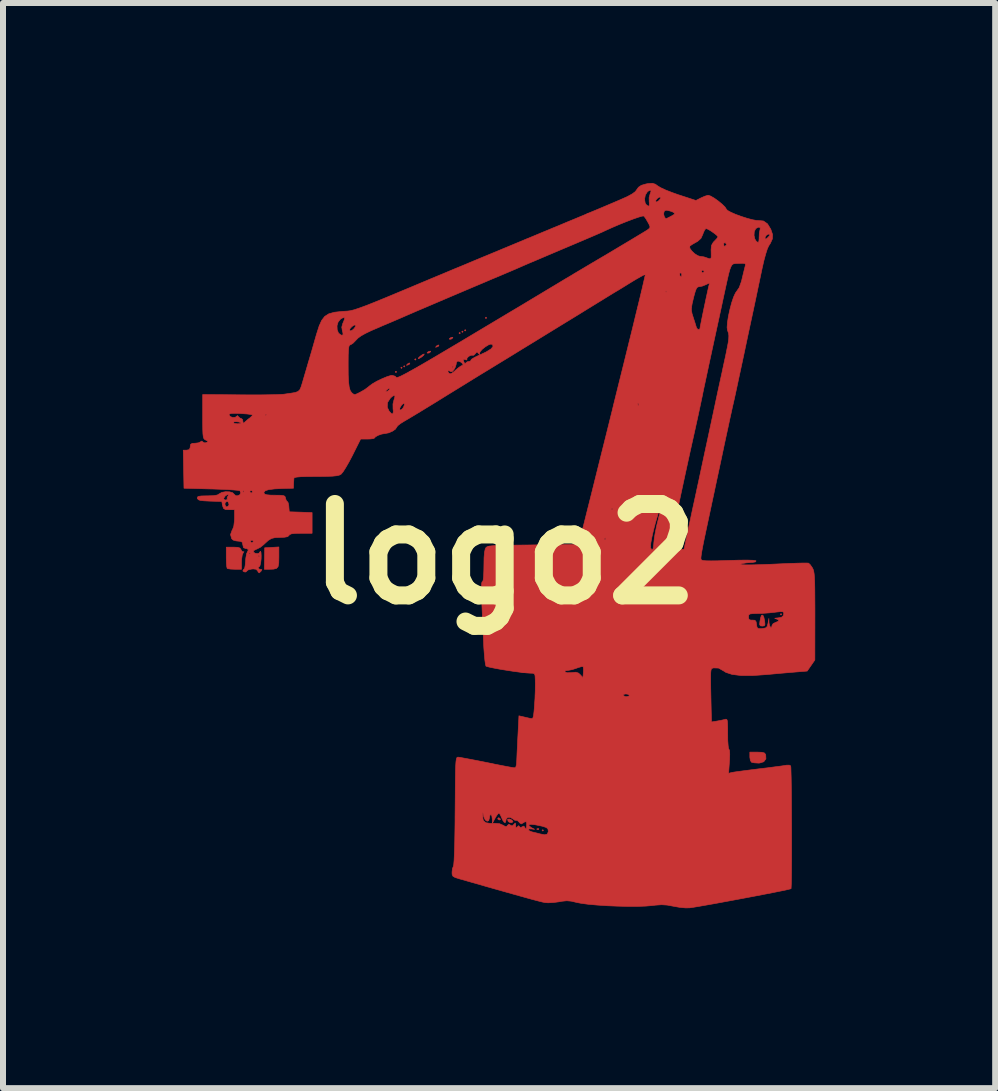
<source format=kicad_pcb>
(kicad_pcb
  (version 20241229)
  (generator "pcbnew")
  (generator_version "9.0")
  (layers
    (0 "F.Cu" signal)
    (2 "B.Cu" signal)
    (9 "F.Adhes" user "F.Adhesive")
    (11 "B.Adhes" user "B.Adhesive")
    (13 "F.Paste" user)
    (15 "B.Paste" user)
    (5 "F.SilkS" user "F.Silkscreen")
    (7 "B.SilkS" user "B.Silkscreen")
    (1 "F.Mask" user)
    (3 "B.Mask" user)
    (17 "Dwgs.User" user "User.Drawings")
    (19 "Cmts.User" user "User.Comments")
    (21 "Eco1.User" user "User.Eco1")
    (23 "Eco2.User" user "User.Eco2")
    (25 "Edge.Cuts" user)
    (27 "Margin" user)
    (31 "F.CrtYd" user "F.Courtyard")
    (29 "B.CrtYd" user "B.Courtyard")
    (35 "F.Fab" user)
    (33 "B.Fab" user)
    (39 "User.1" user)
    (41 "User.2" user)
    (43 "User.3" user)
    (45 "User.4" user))
  (footprint "logo2"
    (layer "F.Cu")
    (at 5.363 6.186)
    (property "Reference" "logo2" (at 0 0 0) (layer "F.SilkS") (effects (font (size 1.524 1.524) (thickness 0.3))))
    (attr through_hole)
    (fp_poly (pts (xy -1.801 -3.036) (xy -1.813 -3.025) (xy -1.824 -3.036) (xy -1.813 -3.048) (xy -1.801 -3.036)) (stroke (width 0.01) (type solid)) (fill yes) (layer "F.Cu"))
    (fp_poly (pts (xy -1.709 -3.106) (xy -1.72 -3.094) (xy -1.732 -3.106) (xy -1.72 -3.117) (xy -1.709 -3.106)) (stroke (width 0.01) (type solid)) (fill yes) (layer "F.Cu"))
    (fp_poly (pts (xy -1.663 -3.129) (xy -1.674 -3.117) (xy -1.686 -3.129) (xy -1.674 -3.14) (xy -1.663 -3.129)) (stroke (width 0.01) (type solid)) (fill yes) (layer "F.Cu"))
    (fp_poly (pts (xy -1.478 -3.244) (xy -1.489 -3.233) (xy -1.501 -3.244) (xy -1.489 -3.256) (xy -1.478 -3.244)) (stroke (width 0.01) (type solid)) (fill yes) (layer "F.Cu"))
    (fp_poly (pts (xy -0.739 -3.683) (xy -0.75 -3.671) (xy -0.762 -3.683) (xy -0.75 -3.695) (xy -0.739 -3.683)) (stroke (width 0.01) (type solid)) (fill yes) (layer "F.Cu"))
    (fp_poly (pts (xy -0.693 -3.706) (xy -0.704 -3.695) (xy -0.716 -3.706) (xy -0.704 -3.718) (xy -0.693 -3.706)) (stroke (width 0.01) (type solid)) (fill yes) (layer "F.Cu"))
    (fp_poly (pts (xy -0.647 -3.729) (xy -0.658 -3.718) (xy -0.67 -3.729) (xy -0.658 -3.741) (xy -0.647 -3.729)) (stroke (width 0.01) (type solid)) (fill yes) (layer "F.Cu"))
    (fp_poly (pts (xy -0.3 -3.937) (xy -0.312 -3.925) (xy -0.323 -3.937) (xy -0.312 -3.949) (xy -0.3 -3.937)) (stroke (width 0.01) (type solid)) (fill yes) (layer "F.Cu"))
    (fp_poly (pts (xy 0.647 4.607) (xy 0.635 4.618) (xy 0.623 4.607) (xy 0.635 4.595) (xy 0.647 4.607)) (stroke (width 0.01) (type solid)) (fill yes) (layer "F.Cu"))
    (fp_poly (pts (xy 4.618 1.004) (xy 4.607 1.016) (xy 4.595 1.004) (xy 4.607 0.993) (xy 4.618 1.004)) (stroke (width 0.01) (type solid)) (fill yes) (layer "F.Cu"))
    (fp_poly (pts (xy 0.57 4.58) (xy 0.566 4.593) (xy 0.554 4.595) (xy 0.535 4.587) (xy 0.539 4.58) (xy 0.566 4.577) (xy 0.57 4.58)) (stroke (width 0.01) (type solid)) (fill yes) (layer "F.Cu"))
    (fp_poly (pts (xy -1.581 -3.182) (xy -1.588 -3.165) (xy -1.61 -3.153) (xy -1.637 -3.146) (xy -1.626 -3.163) (xy -1.623 -3.166) (xy -1.592 -3.185) (xy -1.581 -3.182)) (stroke (width 0.01) (type solid)) (fill yes) (layer "F.Cu"))
    (fp_poly (pts (xy -1.236 -3.371) (xy -1.26 -3.352) (xy -1.287 -3.349) (xy -1.293 -3.357) (xy -1.275 -3.372) (xy -1.257 -3.38) (xy -1.233 -3.382) (xy -1.236 -3.371)) (stroke (width 0.01) (type solid)) (fill yes) (layer "F.Cu"))
    (fp_poly (pts (xy -1.096 -3.482) (xy -1.103 -3.465) (xy -1.125 -3.454) (xy -1.152 -3.447) (xy -1.141 -3.463) (xy -1.138 -3.467) (xy -1.107 -3.485) (xy -1.096 -3.482)) (stroke (width 0.01) (type solid)) (fill yes) (layer "F.Cu"))
    (fp_poly (pts (xy -0.866 -3.602) (xy -0.891 -3.583) (xy -0.917 -3.58) (xy -0.924 -3.588) (xy -0.906 -3.603) (xy -0.888 -3.611) (xy -0.864 -3.613) (xy -0.866 -3.602)) (stroke (width 0.01) (type solid)) (fill yes) (layer "F.Cu"))
    (fp_poly (pts (xy -0.092 4.399) (xy -0.07 4.42) (xy -0.069 4.423) (xy -0.087 4.433) (xy -0.092 4.433) (xy -0.115 4.416) (xy -0.115 4.409) (xy -0.101 4.395) (xy -0.092 4.399)) (stroke (width 0.01) (type solid)) (fill yes) (layer "F.Cu"))
    (fp_poly (pts (xy -3.764 0.054) (xy -3.766 0.15) (xy -3.777 0.209) (xy -3.804 0.24) (xy -3.855 0.252) (xy -3.922 0.254) (xy -4.006 0.254) (xy -4.001 -0.104) (xy -3.883 -0.111) (xy -3.764 -0.118) (xy -3.764 0.054)) (stroke (width 0.01) (type solid)) (fill yes) (layer "F.Cu"))
    (fp_poly (pts (xy -1.341 -3.334) (xy -1.349 -3.316) (xy -1.38 -3.288) (xy -1.418 -3.264) (xy -1.44 -3.257) (xy -1.439 -3.268) (xy -1.409 -3.297) (xy -1.405 -3.3) (xy -1.364 -3.328) (xy -1.341 -3.335) (xy -1.341 -3.334)) (stroke (width 0.01) (type solid)) (fill yes) (layer "F.Cu"))
    (fp_poly (pts (xy 0.118 4.434) (xy 0.138 4.457) (xy 0.139 4.459) (xy 0.122 4.477) (xy 0.087 4.476) (xy 0.057 4.456) (xy 0.057 4.455) (xy 0.049 4.425) (xy 0.052 4.42) (xy 0.081 4.417) (xy 0.118 4.434)) (stroke (width 0.01) (type solid)) (fill yes) (layer "F.Cu"))
    (fp_poly (pts (xy 4.322 1.059) (xy 4.334 1.117) (xy 4.339 1.172) (xy 4.329 1.196) (xy 4.295 1.201) (xy 4.261 1.196) (xy 4.25 1.172) (xy 4.256 1.117) (xy 4.268 1.059) (xy 4.281 1.023) (xy 4.282 1.021) (xy 4.304 1.018) (xy 4.322 1.059)) (stroke (width 0.01) (type solid)) (fill yes) (layer "F.Cu"))
    (fp_poly (pts (xy 4.288 3.305) (xy 4.33 3.316) (xy 4.349 3.339) (xy 4.352 3.347) (xy 4.355 3.415) (xy 4.319 3.463) (xy 4.251 3.484) (xy 4.231 3.485) (xy 4.166 3.481) (xy 4.12 3.473) (xy 4.116 3.471) (xy 4.096 3.443) (xy 4.087 3.388) (xy 4.087 3.381) (xy 4.087 3.302) (xy 4.213 3.302) (xy 4.288 3.305)) (stroke (width 0.01) (type solid)) (fill yes) (layer "F.Cu"))
    (fp_poly (pts (xy -4.451 -0.112) (xy -4.413 -0.1) (xy -4.396 -0.075) (xy -4.394 -0.07) (xy -4.374 -0.039) (xy -4.356 -0.038) (xy -4.346 -0.038) (xy -4.358 -0.022) (xy -4.375 0.018) (xy -4.385 0.085) (xy -4.387 0.132) (xy -4.387 0.254) (xy -4.499 0.254) (xy -4.567 0.251) (xy -4.615 0.244) (xy -4.626 0.239) (xy -4.633 0.21) (xy -4.639 0.147) (xy -4.641 0.064) (xy -4.641 0.054) (xy -4.641 -0.115) (xy -4.524 -0.115) (xy -4.451 -0.112)) (stroke (width 0.01) (type solid)) (fill yes) (layer "F.Cu"))
    (fp_poly (pts (xy 2.513 -6.165) (xy 2.554 -6.135) (xy 2.601 -6.107) (xy 2.682 -6.069) (xy 2.785 -6.029) (xy 2.899 -5.988) (xy 2.904 -5.987) (xy 3.188 -5.894) (xy 3.273 -5.937) (xy 3.336 -5.965) (xy 3.386 -5.98) (xy 3.394 -5.981) (xy 3.435 -5.967) (xy 3.495 -5.932) (xy 3.562 -5.884) (xy 3.625 -5.832) (xy 3.673 -5.785) (xy 3.694 -5.752) (xy 3.695 -5.75) (xy 3.715 -5.728) (xy 3.77 -5.698) (xy 3.849 -5.663) (xy 3.942 -5.629) (xy 4.038 -5.598) (xy 4.126 -5.574) (xy 4.197 -5.561) (xy 4.23 -5.56) (xy 4.314 -5.552) (xy 4.381 -5.505) (xy 4.436 -5.415) (xy 4.437 -5.412) (xy 4.466 -5.326) (xy 4.463 -5.254) (xy 4.428 -5.177) (xy 4.404 -5.141) (xy 4.38 -5.091) (xy 4.352 -5.004) (xy 4.321 -4.89) (xy 4.294 -4.772) (xy 4.244 -4.535) (xy 4.193 -4.291) (xy 4.141 -4.046) (xy 4.089 -3.804) (xy 4.039 -3.57) (xy 3.992 -3.347) (xy 3.948 -3.141) (xy 3.908 -2.956) (xy 3.874 -2.796) (xy 3.846 -2.666) (xy 3.825 -2.571) (xy 3.812 -2.515) (xy 3.81 -2.505) (xy 3.799 -2.459) (xy 3.781 -2.375) (xy 3.755 -2.258) (xy 3.725 -2.117) (xy 3.69 -1.957) (xy 3.653 -1.785) (xy 3.647 -1.755) (xy 3.607 -1.566) (xy 3.566 -1.374) (xy 3.526 -1.188) (xy 3.49 -1.018) (xy 3.459 -0.874) (xy 3.438 -0.774) (xy 3.391 -0.554) (xy 3.353 -0.376) (xy 3.323 -0.234) (xy 3.301 -0.124) (xy 3.286 -0.042) (xy 3.277 0.016) (xy 3.272 0.055) (xy 3.272 0.079) (xy 3.274 0.09) (xy 3.285 0.101) (xy 3.313 0.109) (xy 3.362 0.113) (xy 3.439 0.114) (xy 3.549 0.113) (xy 3.699 0.108) (xy 3.731 0.107) (xy 3.91 0.102) (xy 4.046 0.101) (xy 4.138 0.104) (xy 4.185 0.111) (xy 4.191 0.115) (xy 4.18 0.131) (xy 4.13 0.14) (xy 4.106 0.141) (xy 4.028 0.147) (xy 3.961 0.158) (xy 3.949 0.162) (xy 3.931 0.172) (xy 3.952 0.178) (xy 4.013 0.181) (xy 4.115 0.181) (xy 4.26 0.177) (xy 4.448 0.17) (xy 4.604 0.163) (xy 4.742 0.157) (xy 4.865 0.153) (xy 4.965 0.15) (xy 5.035 0.15) (xy 5.066 0.152) (xy 5.066 0.152) (xy 5.094 0.178) (xy 5.128 0.227) (xy 5.132 0.233) (xy 5.143 0.257) (xy 5.152 0.287) (xy 5.159 0.33) (xy 5.164 0.39) (xy 5.168 0.472) (xy 5.17 0.581) (xy 5.171 0.723) (xy 5.172 0.903) (xy 5.172 1.035) (xy 5.171 1.766) (xy 5.107 1.859) (xy 5.043 1.951) (xy 4.848 1.967) (xy 4.744 1.976) (xy 4.612 1.987) (xy 4.471 2) (xy 4.359 2.01) (xy 4.128 2.026) (xy 3.939 2.025) (xy 3.792 2.007) (xy 3.688 1.973) (xy 3.65 1.949) (xy 3.566 1.901) (xy 3.482 1.898) (xy 3.46 1.905) (xy 3.451 1.91) (xy 3.444 1.921) (xy 3.439 1.942) (xy 3.435 1.978) (xy 3.434 2.034) (xy 3.434 2.116) (xy 3.435 2.229) (xy 3.438 2.376) (xy 3.442 2.564) (xy 3.443 2.606) (xy 3.448 2.799) (xy 3.531 2.786) (xy 3.603 2.773) (xy 3.663 2.759) (xy 3.666 2.758) (xy 3.688 2.753) (xy 3.703 2.758) (xy 3.712 2.781) (xy 3.716 2.83) (xy 3.718 2.912) (xy 3.718 2.999) (xy 3.719 3.107) (xy 3.725 3.191) (xy 3.732 3.243) (xy 3.74 3.256) (xy 3.749 3.278) (xy 3.752 3.339) (xy 3.749 3.432) (xy 3.747 3.456) (xy 3.733 3.655) (xy 3.789 3.641) (xy 3.83 3.634) (xy 3.908 3.623) (xy 4.014 3.609) (xy 4.139 3.593) (xy 4.244 3.58) (xy 4.379 3.564) (xy 4.501 3.548) (xy 4.601 3.535) (xy 4.67 3.525) (xy 4.698 3.52) (xy 4.745 3.519) (xy 4.768 3.532) (xy 4.771 3.559) (xy 4.773 3.626) (xy 4.776 3.728) (xy 4.778 3.858) (xy 4.78 4.012) (xy 4.781 4.183) (xy 4.782 4.365) (xy 4.783 4.553) (xy 4.783 4.741) (xy 4.783 4.924) (xy 4.783 5.095) (xy 4.782 5.249) (xy 4.781 5.38) (xy 4.779 5.483) (xy 4.776 5.551) (xy 4.774 5.579) (xy 4.773 5.579) (xy 4.748 5.586) (xy 4.684 5.601) (xy 4.587 5.621) (xy 4.462 5.646) (xy 4.317 5.674) (xy 4.157 5.705) (xy 3.988 5.737) (xy 3.817 5.769) (xy 3.649 5.8) (xy 3.492 5.829) (xy 3.35 5.854) (xy 3.23 5.875) (xy 3.139 5.89) (xy 3.083 5.898) (xy 3.013 5.899) (xy 2.919 5.89) (xy 2.821 5.873) (xy 2.817 5.872) (xy 2.709 5.852) (xy 2.617 5.846) (xy 2.516 5.853) (xy 2.459 5.86) (xy 2.353 5.869) (xy 2.214 5.874) (xy 2.055 5.874) (xy 1.883 5.87) (xy 1.71 5.863) (xy 1.544 5.852) (xy 1.396 5.839) (xy 1.277 5.823) (xy 1.204 5.809) (xy 1.111 5.787) (xy 1.036 5.78) (xy 0.955 5.788) (xy 0.908 5.797) (xy 0.815 5.809) (xy 0.725 5.814) (xy 0.672 5.81) (xy 0.632 5.802) (xy 0.564 5.785) (xy 0.464 5.759) (xy 0.331 5.722) (xy 0.163 5.675) (xy -0.043 5.617) (xy -0.287 5.548) (xy -0.573 5.466) (xy -0.756 5.414) (xy -0.826 5.392) (xy -0.862 5.371) (xy -0.876 5.34) (xy -0.877 5.303) (xy -0.871 5.244) (xy -0.855 5.206) (xy -0.855 5.205) (xy -0.849 5.176) (xy -0.843 5.104) (xy -0.838 4.991) (xy -0.833 4.841) (xy -0.83 4.657) (xy -0.829 4.594) (xy 0.393 4.594) (xy 0.412 4.615) (xy 0.456 4.632) (xy 0.528 4.649) (xy 0.589 4.665) (xy 0.666 4.68) (xy 0.71 4.669) (xy 0.726 4.632) (xy 0.727 4.618) (xy 0.721 4.583) (xy 0.696 4.56) (xy 0.641 4.541) (xy 0.612 4.534) (xy 0.503 4.512) (xy 0.433 4.506) (xy 0.403 4.515) (xy 0.405 4.527) (xy 0.437 4.556) (xy 0.47 4.574) (xy 0.499 4.588) (xy 0.488 4.589) (xy 0.456 4.584) (xy 0.41 4.582) (xy 0.393 4.594) (xy -0.829 4.594) (xy -0.827 4.44) (xy -0.827 4.382) (xy -0.367 4.382) (xy -0.356 4.443) (xy -0.315 4.479) (xy -0.239 4.491) (xy -0.206 4.489) (xy -0.206 4.491) (xy -0.205 4.489) (xy -0.178 4.488) (xy -0.086 4.495) (xy -0.031 4.519) (xy 0.013 4.543) (xy 0.037 4.538) (xy 0.047 4.524) (xy 0.071 4.504) (xy 0.095 4.519) (xy 0.124 4.533) (xy 0.153 4.508) (xy 0.175 4.484) (xy 0.183 4.498) (xy 0.184 4.526) (xy 0.188 4.563) (xy 0.202 4.56) (xy 0.21 4.549) (xy 0.233 4.528) (xy 0.246 4.544) (xy 0.265 4.562) (xy 0.291 4.547) (xy 0.32 4.535) (xy 0.34 4.564) (xy 0.353 4.587) (xy 0.361 4.57) (xy 0.365 4.541) (xy 0.367 4.489) (xy 0.36 4.463) (xy 0.335 4.465) (xy 0.31 4.481) (xy 0.277 4.499) (xy 0.249 4.481) (xy 0.24 4.469) (xy 0.211 4.441) (xy 0.194 4.44) (xy 0.168 4.438) (xy 0.146 4.421) (xy 0.097 4.391) (xy 0.052 4.39) (xy 0.025 4.417) (xy 0.023 4.433) (xy 0.015 4.473) (xy -0.006 4.474) (xy -0.032 4.438) (xy -0.049 4.399) (xy -0.073 4.346) (xy -0.093 4.319) (xy -0.096 4.318) (xy -0.117 4.337) (xy -0.148 4.383) (xy -0.16 4.405) (xy -0.205 4.489) (xy -0.206 4.489) (xy -0.207 4.416) (xy -0.214 4.365) (xy -0.229 4.341) (xy -0.231 4.341) (xy -0.248 4.361) (xy -0.254 4.401) (xy -0.266 4.444) (xy -0.293 4.454) (xy -0.324 4.432) (xy -0.348 4.382) (xy -0.349 4.375) (xy -0.364 4.306) (xy -0.367 4.382) (xy -0.827 4.382) (xy -0.826 4.282) (xy -0.824 4.055) (xy -0.823 3.87) (xy -0.821 3.722) (xy -0.819 3.608) (xy -0.816 3.523) (xy -0.812 3.463) (xy -0.806 3.423) (xy -0.8 3.4) (xy -0.791 3.389) (xy -0.781 3.386) (xy -0.774 3.386) (xy -0.737 3.391) (xy -0.663 3.405) (xy -0.56 3.424) (xy -0.436 3.448) (xy -0.3 3.475) (xy -0.164 3.503) (xy -0.042 3.527) (xy 0.058 3.546) (xy 0.129 3.559) (xy 0.162 3.564) (xy 0.162 3.564) (xy 0.185 3.553) (xy 0.197 3.508) (xy 0.2 3.464) (xy 0.203 3.402) (xy 0.207 3.307) (xy 0.213 3.189) (xy 0.219 3.06) (xy 0.221 3.028) (xy 0.238 2.697) (xy 0.309 2.713) (xy 0.378 2.729) (xy 0.43 2.741) (xy 0.455 2.743) (xy 0.471 2.731) (xy 0.481 2.695) (xy 0.489 2.627) (xy 0.494 2.571) (xy 0.505 2.414) (xy 0.507 2.355) (xy 1.974 2.355) (xy 2.007 2.375) (xy 2.033 2.378) (xy 2.07 2.368) (xy 2.078 2.355) (xy 2.058 2.338) (xy 2.019 2.332) (xy 1.98 2.34) (xy 1.974 2.355) (xy 0.507 2.355) (xy 0.51 2.284) (xy 0.511 2.159) (xy 0.51 2.095) (xy 0.507 2.029) (xy 0.496 1.997) (xy 0.468 1.987) (xy 0.429 1.986) (xy 0.367 1.982) (xy 0.277 1.973) (xy 0.218 1.965) (xy 1.006 1.965) (xy 1.04 1.979) (xy 1.108 1.977) (xy 1.118 1.976) (xy 1.186 1.97) (xy 1.23 1.984) (xy 1.26 2.011) (xy 1.305 2.061) (xy 1.312 1.975) (xy 1.314 1.916) (xy 1.309 1.88) (xy 1.307 1.877) (xy 1.28 1.877) (xy 1.227 1.892) (xy 1.201 1.902) (xy 1.128 1.926) (xy 1.062 1.939) (xy 1.049 1.94) (xy 1.008 1.947) (xy 1.006 1.965) (xy 0.218 1.965) (xy 0.169 1.959) (xy 0.053 1.941) (xy -0.062 1.923) (xy -0.165 1.904) (xy -0.248 1.887) (xy -0.299 1.874) (xy -0.312 1.868) (xy -0.32 1.838) (xy -0.33 1.771) (xy -0.339 1.673) (xy -0.348 1.554) (xy -0.352 1.459) (xy -0.363 1.217) (xy -0.371 1.049) (xy 4.064 1.049) (xy 4.072 1.09) (xy 4.104 1.102) (xy 4.128 1.101) (xy 4.172 1.104) (xy 4.192 1.13) (xy 4.198 1.173) (xy 4.207 1.223) (xy 4.228 1.243) (xy 4.278 1.243) (xy 4.291 1.242) (xy 4.348 1.233) (xy 4.376 1.208) (xy 4.39 1.155) (xy 4.404 1.074) (xy 4.407 1.149) (xy 4.417 1.196) (xy 4.434 1.223) (xy 4.45 1.222) (xy 4.457 1.19) (xy 4.476 1.159) (xy 4.514 1.141) (xy 4.562 1.12) (xy 4.566 1.098) (xy 4.526 1.08) (xy 4.52 1.078) (xy 4.502 1.071) (xy 4.528 1.067) (xy 4.552 1.065) (xy 4.614 1.055) (xy 4.644 1.028) (xy 4.648 1.016) (xy 4.653 0.981) (xy 4.64 0.963) (xy 4.599 0.96) (xy 4.523 0.968) (xy 4.503 0.971) (xy 4.408 0.981) (xy 4.296 0.989) (xy 4.22 0.991) (xy 4.137 0.993) (xy 4.091 0.999) (xy 4.07 1.013) (xy 4.064 1.038) (xy 4.064 1.049) (xy -0.371 1.049) (xy -0.372 1.017) (xy -0.379 0.855) (xy -0.383 0.728) (xy -0.386 0.63) (xy -0.387 0.56) (xy -0.385 0.511) (xy -0.382 0.482) (xy -0.378 0.466) (xy -0.371 0.462) (xy -0.371 0.462) (xy -0.359 0.439) (xy -0.351 0.373) (xy -0.347 0.267) (xy -0.346 0.201) (xy -0.344 0.064) (xy -0.336 -0.031) (xy -0.323 -0.088) (xy -0.315 -0.103) (xy -0.304 -0.115) (xy -0.289 -0.123) (xy 2.431 -0.123) (xy 2.433 -0.102) (xy 2.454 -0.07) (xy 2.471 -0.081) (xy 2.483 -0.132) (xy 2.483 -0.142) (xy 2.753 -0.142) (xy 2.763 -0.095) (xy 2.805 -0.075) (xy 2.88 -0.074) (xy 2.99 -0.081) (xy 3.064 -0.427) (xy 3.096 -0.578) (xy 3.131 -0.743) (xy 3.166 -0.902) (xy 3.195 -1.036) (xy 3.198 -1.051) (xy 3.236 -1.226) (xy 3.281 -1.437) (xy 3.332 -1.675) (xy 3.387 -1.929) (xy 3.443 -2.191) (xy 3.488 -2.401) (xy 3.516 -2.533) (xy 3.55 -2.693) (xy 3.588 -2.867) (xy 3.626 -3.04) (xy 3.647 -3.14) (xy 3.683 -3.304) (xy 3.708 -3.429) (xy 3.726 -3.522) (xy 3.735 -3.589) (xy 3.737 -3.639) (xy 3.733 -3.675) (xy 3.723 -3.707) (xy 3.716 -3.724) (xy 3.708 -3.776) (xy 3.714 -3.861) (xy 3.73 -3.965) (xy 3.755 -4.079) (xy 3.784 -4.189) (xy 3.816 -4.284) (xy 3.848 -4.353) (xy 3.866 -4.378) (xy 3.91 -4.442) (xy 3.948 -4.548) (xy 3.957 -4.586) (xy 3.978 -4.674) (xy 3.997 -4.751) (xy 4.009 -4.798) (xy 4.015 -4.829) (xy 4.003 -4.844) (xy 3.964 -4.847) (xy 3.901 -4.845) (xy 3.864 -4.844) (xy 3.835 -4.842) (xy 3.811 -4.836) (xy 3.791 -4.821) (xy 3.773 -4.791) (xy 3.754 -4.743) (xy 3.734 -4.671) (xy 3.711 -4.571) (xy 3.682 -4.439) (xy 3.645 -4.269) (xy 3.616 -4.133) (xy 3.593 -4.027) (xy 3.563 -3.888) (xy 3.528 -3.727) (xy 3.491 -3.557) (xy 3.455 -3.39) (xy 3.451 -3.371) (xy 3.416 -3.21) (xy 3.382 -3.05) (xy 3.35 -2.901) (xy 3.323 -2.775) (xy 3.303 -2.68) (xy 3.301 -2.667) (xy 3.279 -2.563) (xy 3.251 -2.431) (xy 3.22 -2.286) (xy 3.189 -2.146) (xy 3.187 -2.136) (xy 3.095 -1.722) (xy 3.012 -1.342) (xy 2.935 -0.985) (xy 2.862 -0.64) (xy 2.839 -0.531) (xy 2.816 -0.424) (xy 2.793 -0.324) (xy 2.775 -0.246) (xy 2.769 -0.223) (xy 2.753 -0.142) (xy 2.483 -0.142) (xy 2.487 -0.191) (xy 2.495 -0.267) (xy 2.513 -0.371) (xy 2.537 -0.485) (xy 2.551 -0.54) (xy 2.58 -0.659) (xy 2.599 -0.741) (xy 2.605 -0.784) (xy 2.6 -0.786) (xy 2.584 -0.747) (xy 2.556 -0.665) (xy 2.551 -0.648) (xy 2.513 -0.52) (xy 2.48 -0.394) (xy 2.454 -0.28) (xy 2.437 -0.187) (xy 2.431 -0.123) (xy -0.289 -0.123) (xy -0.286 -0.124) (xy -0.257 -0.132) (xy -0.212 -0.137) (xy -0.145 -0.142) (xy -0.053 -0.145) (xy 0.07 -0.147) (xy 0.228 -0.149) (xy 0.427 -0.151) (xy 0.476 -0.152) (xy 1.235 -0.158) (xy 1.259 -0.254) (xy 1.663 -0.254) (xy 1.671 -0.235) (xy 1.678 -0.239) (xy 1.681 -0.266) (xy 1.678 -0.269) (xy 1.664 -0.266) (xy 1.663 -0.254) (xy 1.259 -0.254) (xy 1.383 -0.75) (xy 1.778 -0.75) (xy 1.79 -0.739) (xy 1.801 -0.75) (xy 1.79 -0.762) (xy 1.778 -0.75) (xy 1.383 -0.75) (xy 1.448 -1.008) (xy 1.573 -1.511) (xy 1.69 -1.979) (xy 1.798 -2.414) (xy 1.817 -2.494) (xy 2.217 -2.494) (xy 2.225 -2.475) (xy 2.232 -2.478) (xy 2.235 -2.506) (xy 2.232 -2.509) (xy 2.218 -2.506) (xy 2.217 -2.494) (xy 1.817 -2.494) (xy 1.896 -2.813) (xy 1.986 -3.175) (xy 2.066 -3.5) (xy 2.137 -3.787) (xy 2.197 -4.035) (xy 2.203 -4.059) (xy 3.114 -4.059) (xy 3.124 -4.006) (xy 3.146 -3.937) (xy 3.171 -3.86) (xy 3.19 -3.798) (xy 3.199 -3.77) (xy 3.22 -3.745) (xy 3.246 -3.743) (xy 3.256 -3.761) (xy 3.26 -3.791) (xy 3.273 -3.855) (xy 3.291 -3.946) (xy 3.313 -4.053) (xy 3.337 -4.165) (xy 3.36 -4.274) (xy 3.381 -4.37) (xy 3.397 -4.443) (xy 3.407 -4.483) (xy 3.408 -4.485) (xy 3.412 -4.51) (xy 3.395 -4.51) (xy 3.355 -4.491) (xy 3.293 -4.466) (xy 3.242 -4.457) (xy 3.217 -4.451) (xy 3.196 -4.427) (xy 3.177 -4.377) (xy 3.153 -4.292) (xy 3.147 -4.267) (xy 3.125 -4.173) (xy 3.114 -4.109) (xy 3.114 -4.059) (xy 2.203 -4.059) (xy 2.248 -4.243) (xy 2.28 -4.376) (xy 2.679 -4.376) (xy 2.69 -4.364) (xy 2.702 -4.376) (xy 2.69 -4.387) (xy 2.679 -4.376) (xy 2.28 -4.376) (xy 2.288 -4.41) (xy 2.317 -4.536) (xy 2.336 -4.618) (xy 2.344 -4.657) (xy 2.344 -4.661) (xy 2.322 -4.653) (xy 2.269 -4.625) (xy 2.195 -4.583) (xy 2.133 -4.546) (xy 2.039 -4.488) (xy 1.95 -4.433) (xy 1.881 -4.391) (xy 1.855 -4.376) (xy 1.812 -4.35) (xy 1.737 -4.304) (xy 1.638 -4.243) (xy 1.521 -4.171) (xy 1.394 -4.093) (xy 1.368 -4.077) (xy 1.242 -3.999) (xy 1.085 -3.903) (xy 0.907 -3.794) (xy 0.718 -3.678) (xy 0.526 -3.56) (xy 0.341 -3.447) (xy 0.3 -3.422) (xy 0.081 -3.287) (xy -0.106 -3.173) (xy -0.266 -3.075) (xy -0.406 -2.99) (xy -0.531 -2.913) (xy -0.649 -2.84) (xy -0.766 -2.768) (xy -0.888 -2.693) (xy -1.021 -2.611) (xy -1.143 -2.535) (xy -1.274 -2.455) (xy -1.4 -2.378) (xy -1.514 -2.309) (xy -1.606 -2.254) (xy -1.668 -2.218) (xy -1.668 -2.218) (xy -1.736 -2.176) (xy -1.784 -2.138) (xy -1.801 -2.113) (xy -1.821 -2.082) (xy -1.87 -2.048) (xy -1.932 -2.021) (xy -1.992 -2.009) (xy -1.996 -2.009) (xy -2.049 -2) (xy -2.107 -1.98) (xy -2.153 -1.955) (xy -2.17 -1.934) (xy -2.191 -1.924) (xy -2.244 -1.918) (xy -2.286 -1.917) (xy -2.401 -1.917) (xy -2.539 -1.641) (xy -2.595 -1.535) (xy -2.648 -1.443) (xy -2.693 -1.372) (xy -2.726 -1.332) (xy -2.729 -1.33) (xy -2.758 -1.315) (xy -2.803 -1.305) (xy -2.87 -1.298) (xy -2.966 -1.295) (xy -3.1 -1.293) (xy -3.146 -1.293) (xy -3.292 -1.292) (xy -3.397 -1.289) (xy -3.465 -1.283) (xy -3.502 -1.275) (xy -3.513 -1.264) (xy -3.516 -1.221) (xy -3.519 -1.166) (xy -3.521 -1.097) (xy -3.695 -1.093) (xy -3.835 -1.086) (xy -3.933 -1.074) (xy -3.991 -1.055) (xy -4.013 -1.029) (xy -4.013 -1.019) (xy -4.001 -0.999) (xy -3.967 -0.988) (xy -3.904 -0.982) (xy -3.833 -0.981) (xy -3.744 -0.98) (xy -3.692 -0.975) (xy -3.665 -0.964) (xy -3.655 -0.942) (xy -3.653 -0.929) (xy -3.639 -0.889) (xy -3.625 -0.877) (xy -3.61 -0.857) (xy -3.599 -0.806) (xy -3.598 -0.791) (xy -3.591 -0.704) (xy -3.4 -0.698) (xy -3.21 -0.691) (xy -3.21 -0.346) (xy -3.395 -0.346) (xy -3.494 -0.344) (xy -3.554 -0.337) (xy -3.586 -0.323) (xy -3.594 -0.312) (xy -3.617 -0.29) (xy -3.671 -0.28) (xy -3.744 -0.277) (xy -3.827 -0.274) (xy -3.886 -0.26) (xy -3.939 -0.229) (xy -4.003 -0.171) (xy -4.017 -0.157) (xy -4.075 -0.111) (xy -4.134 -0.082) (xy -4.14 -0.08) (xy -4.183 -0.058) (xy -4.188 -0.034) (xy -4.162 -0.013) (xy -4.123 -0.007) (xy -4.092 -0.016) (xy -4.087 -0.028) (xy -4.071 -0.046) (xy -4.07 -0.046) (xy -4.062 -0.025) (xy -4.059 0.028) (xy -4.06 0.081) (xy -4.068 0.15) (xy -4.08 0.197) (xy -4.089 0.208) (xy -4.11 0.225) (xy -4.11 0.231) (xy -4.091 0.251) (xy -4.073 0.254) (xy -4.048 0.259) (xy -4.059 0.283) (xy -4.066 0.291) (xy -4.092 0.315) (xy -4.11 0.299) (xy -4.116 0.284) (xy -4.143 0.254) (xy -4.192 0.248) (xy -4.215 0.25) (xy -4.268 0.261) (xy -4.294 0.277) (xy -4.295 0.28) (xy -4.314 0.298) (xy -4.33 0.3) (xy -4.36 0.288) (xy -4.364 0.277) (xy -4.351 0.255) (xy -4.347 0.254) (xy -4.334 0.234) (xy -4.325 0.185) (xy -4.325 0.179) (xy -4.315 0.065) (xy -4.309 0.035) (xy -4.11 0.035) (xy -4.099 0.046) (xy -4.087 0.035) (xy -4.099 0.023) (xy -4.11 0.035) (xy -4.309 0.035) (xy -4.301 -0.009) (xy -4.298 -0.015) (xy -4.264 -0.015) (xy -4.261 -0.002) (xy -4.249 0) (xy -4.23 -0.008) (xy -4.233 -0.015) (xy -4.261 -0.018) (xy -4.264 -0.015) (xy -4.298 -0.015) (xy -4.287 -0.038) (xy -4.272 -0.071) (xy -4.298 -0.091) (xy -4.318 -0.092) (xy -4.354 -0.106) (xy -4.364 -0.15) (xy -4.374 -0.194) (xy -4.393 -0.21) (xy -4.477 -0.219) (xy -4.482 -0.22) (xy -4.239 -0.22) (xy -4.237 -0.208) (xy -4.217 -0.186) (xy -4.214 -0.185) (xy -4.196 -0.201) (xy -4.191 -0.208) (xy -4.196 -0.227) (xy -4.214 -0.231) (xy -4.239 -0.22) (xy -4.482 -0.22) (xy -4.526 -0.233) (xy -4.551 -0.256) (xy -4.57 -0.325) (xy -4.544 -0.397) (xy -4.538 -0.405) (xy -4.516 -0.462) (xy -4.505 -0.552) (xy -4.503 -0.595) (xy -4.503 -0.739) (xy -4.596 -0.739) (xy -4.656 -0.742) (xy -4.686 -0.76) (xy -4.701 -0.8) (xy -4.702 -0.807) (xy -4.707 -0.831) (xy -4.664 -0.831) (xy -4.65 -0.794) (xy -4.63 -0.785) (xy -4.602 -0.804) (xy -4.595 -0.831) (xy -4.61 -0.869) (xy -4.63 -0.877) (xy -4.658 -0.858) (xy -4.664 -0.831) (xy -4.707 -0.831) (xy -4.716 -0.876) (xy -4.915 -0.882) (xy -5.013 -0.887) (xy -5.075 -0.894) (xy -5.107 -0.906) (xy -5.121 -0.925) (xy -5.121 -0.926) (xy -4.686 -0.926) (xy -4.671 -0.904) (xy -4.649 -0.901) (xy -4.624 -0.908) (xy -4.626 -0.916) (xy -4.626 -0.944) (xy -4.615 -0.962) (xy -4.604 -0.987) (xy -4.621 -0.991) (xy -4.653 -0.972) (xy -4.66 -0.965) (xy -4.686 -0.926) (xy -5.121 -0.926) (xy -5.122 -0.929) (xy -5.121 -0.95) (xy -5.101 -0.962) (xy -5.055 -0.968) (xy -4.972 -0.97) (xy -4.958 -0.97) (xy -4.855 -0.973) (xy -4.791 -0.984) (xy -4.757 -1.004) (xy -4.757 -1.004) (xy -4.715 -1.028) (xy -4.653 -1.039) (xy -4.587 -1.037) (xy -4.536 -1.023) (xy -4.517 -1.004) (xy -4.486 -0.975) (xy -4.46 -0.97) (xy -4.418 -0.985) (xy -4.399 -1.018) (xy -4.407 -1.039) (xy -4.364 -1.039) (xy -4.356 -1.02) (xy -4.349 -1.024) (xy -4.347 -1.039) (xy -4.249 -1.039) (xy -4.231 -1.017) (xy -4.226 -1.016) (xy -4.203 -1.034) (xy -4.203 -1.039) (xy -4.22 -1.062) (xy -4.226 -1.062) (xy -4.248 -1.045) (xy -4.249 -1.039) (xy -4.347 -1.039) (xy -4.346 -1.051) (xy -4.349 -1.054) (xy -4.363 -1.051) (xy -4.364 -1.039) (xy -4.407 -1.039) (xy -4.411 -1.051) (xy -4.417 -1.056) (xy -4.448 -1.062) (xy -4.517 -1.068) (xy -4.618 -1.075) (xy -4.742 -1.08) (xy -4.881 -1.085) (xy -4.895 -1.085) (xy -5.346 -1.097) (xy -5.352 -1.414) (xy -5.358 -1.732) (xy -5.3 -1.732) (xy -5.256 -1.741) (xy -5.242 -1.778) (xy -5.242 -1.79) (xy -5.235 -1.829) (xy -5.208 -1.845) (xy -5.162 -1.847) (xy -5.104 -1.854) (xy -5.069 -1.871) (xy -5.067 -1.873) (xy -5.047 -1.884) (xy -5.033 -1.869) (xy -4.999 -1.852) (xy -4.973 -1.858) (xy -4.945 -1.873) (xy -4.956 -1.887) (xy -4.982 -1.899) (xy -5.001 -1.91) (xy -5.015 -1.926) (xy -5.024 -1.955) (xy -5.03 -2.003) (xy -5.033 -2.077) (xy -5.034 -2.186) (xy -5.034 -2.192) (xy -4.526 -2.192) (xy -4.506 -2.177) (xy -4.457 -2.171) (xy -4.453 -2.171) (xy -4.407 -2.175) (xy -4.394 -2.185) (xy -4.395 -2.186) (xy -4.428 -2.201) (xy -4.475 -2.207) (xy -4.514 -2.203) (xy -4.526 -2.192) (xy -5.034 -2.192) (xy -5.034 -2.291) (xy -5.034 -2.322) (xy -4.595 -2.322) (xy -4.576 -2.292) (xy -4.534 -2.277) (xy -4.49 -2.28) (xy -4.473 -2.293) (xy -4.453 -2.308) (xy -4.441 -2.292) (xy -4.411 -2.265) (xy -4.397 -2.263) (xy -4.371 -2.244) (xy -4.364 -2.215) (xy -4.361 -2.182) (xy -4.342 -2.19) (xy -4.328 -2.203) (xy -4.28 -2.245) (xy -4.243 -2.273) (xy -4.211 -2.303) (xy -4.206 -2.32) (xy -4.207 -2.321) (xy -3.995 -2.321) (xy -3.983 -2.309) (xy -3.972 -2.321) (xy -3.983 -2.332) (xy -3.995 -2.321) (xy -4.207 -2.321) (xy -4.234 -2.327) (xy -4.295 -2.335) (xy -4.38 -2.341) (xy -4.407 -2.343) (xy -4.504 -2.346) (xy -4.563 -2.343) (xy -4.59 -2.333) (xy -4.595 -2.322) (xy -5.034 -2.322) (xy -5.034 -2.447) (xy -1.957 -2.447) (xy -1.927 -2.384) (xy -1.887 -2.339) (xy -1.862 -2.338) (xy -1.856 -2.379) (xy -1.86 -2.413) (xy -1.861 -2.429) (xy -1.751 -2.429) (xy -1.745 -2.404) (xy -1.733 -2.401) (xy -1.706 -2.42) (xy -1.685 -2.45) (xy -1.669 -2.496) (xy -1.68 -2.513) (xy -1.71 -2.492) (xy -1.72 -2.481) (xy -1.751 -2.429) (xy -1.861 -2.429) (xy -1.862 -2.502) (xy -1.847 -2.564) (xy -1.829 -2.624) (xy -1.837 -2.646) (xy -1.871 -2.63) (xy -1.904 -2.601) (xy -1.953 -2.526) (xy -1.957 -2.447) (xy -5.034 -2.447) (xy -5.034 -2.659) (xy -4.416 -2.654) (xy -4.245 -2.653) (xy -4.083 -2.653) (xy -3.938 -2.655) (xy -3.817 -2.657) (xy -3.729 -2.661) (xy -3.683 -2.664) (xy -3.571 -2.68) (xy -3.495 -2.692) (xy -3.447 -2.709) (xy -3.416 -2.737) (xy -3.395 -2.783) (xy -3.373 -2.853) (xy -3.358 -2.905) (xy -3.289 -3.139) (xy -2.609 -3.139) (xy -2.608 -2.984) (xy -2.602 -2.868) (xy -2.592 -2.785) (xy -2.576 -2.728) (xy -2.552 -2.691) (xy -2.531 -2.673) (xy -2.511 -2.661) (xy -2.492 -2.659) (xy -2.461 -2.672) (xy -2.402 -2.701) (xy -2.4 -2.703) (xy -2.385 -2.711) (xy -1.986 -2.711) (xy -1.968 -2.711) (xy -1.951 -2.716) (xy -1.921 -2.741) (xy -1.917 -2.753) (xy -1.93 -2.761) (xy -1.951 -2.748) (xy -1.98 -2.72) (xy -1.986 -2.711) (xy -2.385 -2.711) (xy -2.33 -2.743) (xy -2.272 -2.786) (xy -2.26 -2.797) (xy -2.209 -2.835) (xy -2.133 -2.88) (xy -2.045 -2.922) (xy -1.961 -2.957) (xy -1.896 -2.977) (xy -1.877 -2.979) (xy -1.828 -2.965) (xy -1.807 -2.945) (xy -1.796 -2.942) (xy -1.769 -2.95) (xy -1.725 -2.969) (xy -1.659 -3.003) (xy -1.59 -3.04) (xy -0.946 -3.04) (xy -0.931 -3.017) (xy -0.91 -3.004) (xy -0.884 -3.012) (xy -0.84 -3.045) (xy -0.812 -3.071) (xy -0.761 -3.113) (xy -0.723 -3.138) (xy -0.714 -3.14) (xy -0.693 -3.152) (xy -0.706 -3.179) (xy -0.736 -3.203) (xy -0.782 -3.219) (xy -0.805 -3.194) (xy -0.808 -3.165) (xy -0.821 -3.119) (xy -0.845 -3.075) (xy -0.877 -3.04) (xy -0.906 -3.043) (xy -0.914 -3.05) (xy -0.941 -3.059) (xy -0.946 -3.04) (xy -1.59 -3.04) (xy -1.571 -3.051) (xy -1.457 -3.115) (xy -1.453 -3.117) (xy -0.877 -3.117) (xy -0.869 -3.098) (xy -0.862 -3.102) (xy -0.859 -3.129) (xy -0.862 -3.133) (xy -0.876 -3.129) (xy -0.877 -3.117) (xy -1.453 -3.117) (xy -1.315 -3.197) (xy -1.255 -3.232) (xy -0.69 -3.232) (xy -0.677 -3.195) (xy -0.661 -3.172) (xy -0.652 -3.182) (xy -0.624 -3.205) (xy -0.597 -3.21) (xy -0.566 -3.218) (xy -0.564 -3.23) (xy -0.551 -3.248) (xy -0.504 -3.277) (xy -0.435 -3.31) (xy -0.432 -3.311) (xy -0.308 -3.369) (xy -0.228 -3.419) (xy -0.194 -3.46) (xy -0.201 -3.489) (xy -0.228 -3.501) (xy -0.268 -3.488) (xy -0.322 -3.455) (xy -0.377 -3.411) (xy -0.411 -3.37) (xy -0.416 -3.354) (xy -0.42 -3.327) (xy -0.436 -3.343) (xy -0.44 -3.348) (xy -0.461 -3.37) (xy -0.481 -3.351) (xy -0.487 -3.342) (xy -0.515 -3.314) (xy -0.532 -3.314) (xy -0.564 -3.314) (xy -0.601 -3.294) (xy -0.628 -3.266) (xy -0.629 -3.244) (xy -0.632 -3.235) (xy -0.652 -3.24) (xy -0.685 -3.248) (xy -0.69 -3.232) (xy -1.255 -3.232) (xy -1.143 -3.298) (xy -0.937 -3.42) (xy -0.696 -3.563) (xy -0.554 -3.648) (xy -0.33 -3.782) (xy -0.114 -3.911) (xy 0.09 -4.033) (xy 0.28 -4.146) (xy 0.449 -4.248) (xy 0.596 -4.336) (xy 0.714 -4.407) (xy 0.802 -4.46) (xy 0.854 -4.491) (xy 0.854 -4.491) (xy 0.917 -4.529) (xy 1.013 -4.587) (xy 1.137 -4.66) (xy 1.142 -4.664) (xy 2.915 -4.664) (xy 2.923 -4.638) (xy 2.941 -4.621) (xy 2.951 -4.638) (xy 2.951 -4.674) (xy 2.946 -4.681) (xy 2.924 -4.687) (xy 2.915 -4.664) (xy 1.142 -4.664) (xy 1.221 -4.711) (xy 3.279 -4.711) (xy 3.296 -4.688) (xy 3.302 -4.687) (xy 3.324 -4.705) (xy 3.325 -4.711) (xy 3.308 -4.733) (xy 3.302 -4.734) (xy 3.28 -4.716) (xy 3.279 -4.711) (xy 1.221 -4.711) (xy 1.28 -4.746) (xy 1.438 -4.84) (xy 1.604 -4.938) (xy 1.686 -4.986) (xy 1.845 -5.081) (xy 1.925 -5.129) (xy 3.084 -5.129) (xy 3.088 -5.096) (xy 3.12 -5.052) (xy 3.167 -5.007) (xy 3.219 -4.974) (xy 3.255 -4.963) (xy 3.321 -4.954) (xy 3.36 -4.941) (xy 3.413 -4.922) (xy 3.437 -4.927) (xy 3.443 -4.947) (xy 3.443 -4.988) (xy 3.442 -5.052) (xy 3.441 -5.069) (xy 3.447 -5.143) (xy 3.457 -5.161) (xy 3.648 -5.161) (xy 3.66 -5.132) (xy 3.673 -5.131) (xy 3.697 -5.154) (xy 3.698 -5.161) (xy 3.68 -5.188) (xy 3.673 -5.191) (xy 3.652 -5.18) (xy 3.648 -5.161) (xy 3.457 -5.161) (xy 3.478 -5.198) (xy 3.497 -5.217) (xy 3.536 -5.258) (xy 3.556 -5.287) (xy 3.556 -5.289) (xy 3.538 -5.311) (xy 3.537 -5.312) (xy 4.157 -5.312) (xy 4.171 -5.251) (xy 4.199 -5.207) (xy 4.228 -5.195) (xy 4.238 -5.216) (xy 4.242 -5.266) (xy 4.242 -5.273) (xy 4.341 -5.273) (xy 4.345 -5.249) (xy 4.363 -5.255) (xy 4.387 -5.276) (xy 4.418 -5.31) (xy 4.423 -5.329) (xy 4.393 -5.333) (xy 4.359 -5.311) (xy 4.341 -5.276) (xy 4.341 -5.273) (xy 4.242 -5.273) (xy 4.242 -5.282) (xy 4.245 -5.351) (xy 4.256 -5.404) (xy 4.258 -5.409) (xy 4.26 -5.441) (xy 4.235 -5.45) (xy 4.196 -5.432) (xy 4.184 -5.422) (xy 4.161 -5.374) (xy 4.157 -5.312) (xy 3.537 -5.312) (xy 3.495 -5.346) (xy 3.441 -5.384) (xy 3.39 -5.414) (xy 3.357 -5.426) (xy 3.356 -5.426) (xy 3.336 -5.406) (xy 3.312 -5.356) (xy 3.305 -5.334) (xy 3.272 -5.262) (xy 3.216 -5.212) (xy 3.187 -5.196) (xy 3.129 -5.163) (xy 3.09 -5.136) (xy 3.084 -5.129) (xy 1.925 -5.129) (xy 1.994 -5.17) (xy 2.126 -5.249) (xy 2.237 -5.316) (xy 2.322 -5.367) (xy 2.375 -5.4) (xy 2.389 -5.41) (xy 2.417 -5.433) (xy 2.423 -5.456) (xy 2.407 -5.496) (xy 2.389 -5.529) (xy 2.355 -5.588) (xy 2.325 -5.629) (xy 2.319 -5.635) (xy 2.291 -5.633) (xy 2.229 -5.615) (xy 2.14 -5.584) (xy 2.032 -5.543) (xy 1.913 -5.495) (xy 1.791 -5.443) (xy 1.674 -5.39) (xy 1.628 -5.368) (xy 1.589 -5.351) (xy 1.513 -5.318) (xy 1.408 -5.273) (xy 1.279 -5.218) (xy 1.133 -5.156) (xy 0.981 -5.092) (xy 0.821 -5.024) (xy 0.668 -4.959) (xy 0.53 -4.9) (xy 0.413 -4.851) (xy 0.325 -4.813) (xy 0.277 -4.792) (xy 0.188 -4.753) (xy 0.08 -4.707) (xy -0.012 -4.668) (xy -0.101 -4.63) (xy -0.219 -4.581) (xy -0.359 -4.521) (xy -0.516 -4.455) (xy -0.683 -4.384) (xy -0.855 -4.311) (xy -1.024 -4.239) (xy -1.186 -4.17) (xy -1.333 -4.107) (xy -1.461 -4.053) (xy -1.562 -4.009) (xy -1.632 -3.979) (xy -1.657 -3.968) (xy -1.714 -3.943) (xy -1.802 -3.905) (xy -1.912 -3.858) (xy -2.034 -3.807) (xy -2.083 -3.785) (xy -2.221 -3.726) (xy -2.323 -3.677) (xy -2.396 -3.636) (xy -2.446 -3.599) (xy -2.477 -3.567) (xy -2.524 -3.518) (xy -2.565 -3.49) (xy -2.576 -3.487) (xy -2.589 -3.479) (xy -2.598 -3.453) (xy -2.604 -3.401) (xy -2.608 -3.319) (xy -2.609 -3.198) (xy -2.609 -3.139) (xy -3.289 -3.139) (xy -3.289 -3.14) (xy -3.218 -3.38) (xy -3.154 -3.604) (xy -3.138 -3.66) (xy -3.095 -3.795) (xy -3.091 -3.805) (xy -2.795 -3.805) (xy -2.792 -3.739) (xy -2.77 -3.683) (xy -2.729 -3.651) (xy -2.71 -3.648) (xy -2.693 -3.659) (xy -2.699 -3.698) (xy -2.705 -3.717) (xy -2.708 -3.737) (xy -2.586 -3.737) (xy -2.573 -3.718) (xy -2.54 -3.732) (xy -2.509 -3.76) (xy -2.485 -3.797) (xy -2.486 -3.818) (xy -2.511 -3.816) (xy -2.548 -3.791) (xy -2.578 -3.758) (xy -2.586 -3.737) (xy -2.708 -3.737) (xy -2.716 -3.782) (xy -2.698 -3.847) (xy -2.692 -3.859) (xy -2.668 -3.919) (xy -2.672 -3.944) (xy -2.707 -3.934) (xy -2.736 -3.917) (xy -2.776 -3.869) (xy -2.795 -3.805) (xy -3.091 -3.805) (xy -3.052 -3.893) (xy -3 -3.961) (xy -2.931 -4.005) (xy -2.836 -4.031) (xy -2.708 -4.045) (xy -2.621 -4.05) (xy -2.572 -4.056) (xy -2.505 -4.073) (xy -2.416 -4.103) (xy -2.301 -4.145) (xy -2.153 -4.204) (xy -1.97 -4.279) (xy -1.905 -4.306) (xy -1.74 -4.375) (xy -1.579 -4.442) (xy -1.432 -4.504) (xy -1.305 -4.557) (xy -1.206 -4.599) (xy -1.143 -4.625) (xy -1.039 -4.668) (xy -0.93 -4.714) (xy -0.849 -4.748) (xy -0.749 -4.789) (xy -0.638 -4.835) (xy -0.577 -4.861) (xy -0.474 -4.904) (xy -0.361 -4.951) (xy -0.3 -4.976) (xy -0.199 -5.018) (xy -0.088 -5.064) (xy -0.029 -5.089) (xy 0.044 -5.119) (xy 0.147 -5.162) (xy 0.265 -5.211) (xy 0.386 -5.262) (xy 0.393 -5.264) (xy 0.513 -5.314) (xy 0.63 -5.363) (xy 0.732 -5.405) (xy 0.805 -5.436) (xy 0.808 -5.437) (xy 0.906 -5.477) (xy 1.036 -5.532) (xy 1.189 -5.595) (xy 1.354 -5.664) (xy 1.361 -5.668) (xy 2.65 -5.668) (xy 2.661 -5.624) (xy 2.681 -5.595) (xy 2.697 -5.593) (xy 2.728 -5.608) (xy 2.777 -5.633) (xy 2.826 -5.662) (xy 2.833 -5.684) (xy 2.798 -5.704) (xy 2.759 -5.718) (xy 2.702 -5.732) (xy 2.671 -5.725) (xy 2.657 -5.707) (xy 2.65 -5.668) (xy 1.361 -5.668) (xy 1.521 -5.734) (xy 1.68 -5.801) (xy 1.821 -5.861) (xy 1.919 -5.903) (xy 1.944 -5.914) (xy 2.332 -5.914) (xy 2.343 -5.849) (xy 2.36 -5.824) (xy 2.396 -5.798) (xy 2.412 -5.813) (xy 2.41 -5.87) (xy 2.409 -5.873) (xy 2.409 -5.885) (xy 2.517 -5.885) (xy 2.529 -5.866) (xy 2.563 -5.886) (xy 2.579 -5.901) (xy 2.602 -5.934) (xy 2.601 -5.95) (xy 2.576 -5.949) (xy 2.542 -5.926) (xy 2.519 -5.895) (xy 2.517 -5.885) (xy 2.409 -5.885) (xy 2.408 -5.943) (xy 2.424 -6.002) (xy 2.424 -6.002) (xy 2.441 -6.052) (xy 2.428 -6.068) (xy 2.389 -6.047) (xy 2.379 -6.038) (xy 2.345 -5.984) (xy 2.332 -5.914) (xy 1.944 -5.914) (xy 2.043 -5.958) (xy 2.127 -6.004) (xy 2.178 -6.042) (xy 2.195 -6.065) (xy 2.231 -6.115) (xy 2.279 -6.147) (xy 2.355 -6.169) (xy 2.392 -6.176) (xy 2.462 -6.181) (xy 2.513 -6.165)) (stroke (width 0.01) (type solid)) (fill yes) (layer "F.Cu")))
  (gr_rect
    (start -3 -3)
    (end 13.54 15.09)
    (stroke (width 0.1) (type default))
    (fill no)
    (layer "Edge.Cuts")))
</source>
